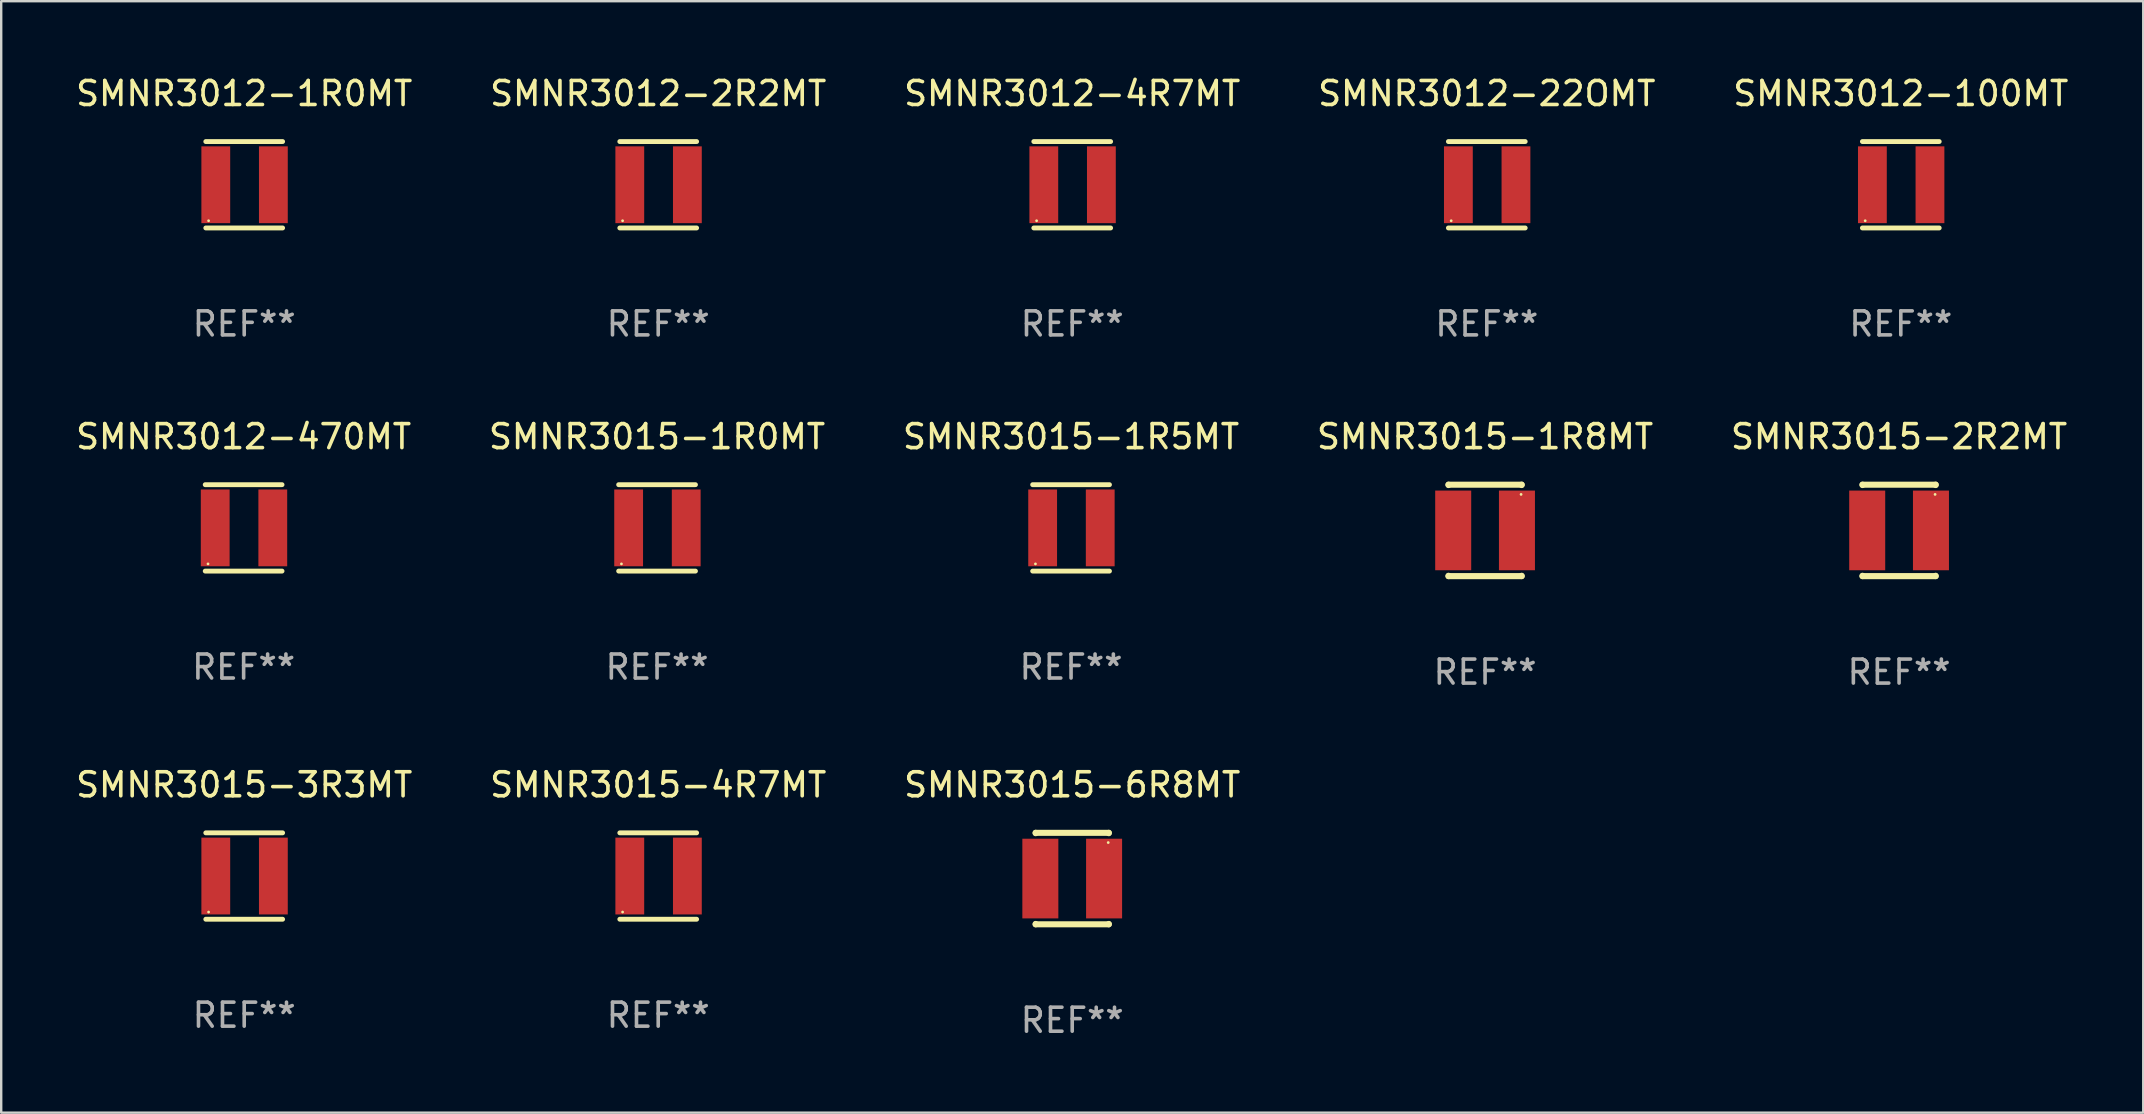
<source format=kicad_pcb>
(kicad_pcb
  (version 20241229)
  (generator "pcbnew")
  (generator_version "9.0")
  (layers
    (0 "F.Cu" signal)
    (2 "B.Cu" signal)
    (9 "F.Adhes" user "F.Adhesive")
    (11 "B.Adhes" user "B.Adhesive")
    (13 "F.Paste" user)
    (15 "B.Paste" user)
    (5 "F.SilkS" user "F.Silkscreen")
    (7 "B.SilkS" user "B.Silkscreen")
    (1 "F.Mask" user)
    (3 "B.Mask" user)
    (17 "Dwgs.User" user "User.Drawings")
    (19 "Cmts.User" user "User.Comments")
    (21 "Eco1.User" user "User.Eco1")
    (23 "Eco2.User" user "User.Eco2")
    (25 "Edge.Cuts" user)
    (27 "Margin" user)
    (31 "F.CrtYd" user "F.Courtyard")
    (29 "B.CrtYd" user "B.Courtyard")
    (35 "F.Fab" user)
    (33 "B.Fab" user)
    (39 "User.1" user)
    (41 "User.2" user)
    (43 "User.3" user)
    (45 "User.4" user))
  (footprint "SMNR3012-4R7MT"
    (layer "F.Cu")
    (at 41.625 4.648)
    (property "Reference" "SMNR3012-4R7MT" (at 0 -3.8 0) (layer "F.SilkS") (effects (font (size 1 1) (thickness 0.15))))
    (attr through_hole)
    (fp_line (start -1.6 -1.8) (end 1.6 -1.8) (stroke (width 0.203) (type solid)) (layer "F.SilkS"))
    (fp_line (start -1.6 1.8) (end 1.6 1.8) (stroke (width 0.203) (type solid)) (layer "F.SilkS"))
    (fp_circle (center -1.484 1.5) (end -1.454 1.5) (stroke (width 0.06) (type solid)) (fill no) (layer "F.SilkS"))
    (fp_text user "REF**" (at 0 5.8 0) (layer "F.Fab") (effects (font (size 1 1) (thickness 0.15))))
    (pad "1" smd rect (at -1.184 0 180) (size 1.2 3.2) (layers "F.Cu" "F.Mask" "F.Paste"))
    (pad "2" smd rect (at 1.215 0 180) (size 1.2 3.2) (layers "F.Cu" "F.Mask" "F.Paste")))
  (footprint "SMNR3012-22OMT"
    (layer "F.Cu")
    (at 58.899 4.648)
    (property "Reference" "SMNR3012-22OMT" (at 0 -3.8 0) (layer "F.SilkS") (effects (font (size 1 1) (thickness 0.15))))
    (attr through_hole)
    (fp_line (start -1.6 -1.8) (end 1.6 -1.8) (stroke (width 0.203) (type solid)) (layer "F.SilkS"))
    (fp_line (start -1.6 1.8) (end 1.6 1.8) (stroke (width 0.203) (type solid)) (layer "F.SilkS"))
    (fp_circle (center -1.484 1.5) (end -1.454 1.5) (stroke (width 0.06) (type solid)) (fill no) (layer "F.SilkS"))
    (fp_text user "REF**" (at 0 5.8 0) (layer "F.Fab") (effects (font (size 1 1) (thickness 0.15))))
    (pad "1" smd rect (at -1.184 0 180) (size 1.2 3.2) (layers "F.Cu" "F.Mask" "F.Paste"))
    (pad "2" smd rect (at 1.215 0 180) (size 1.2 3.2) (layers "F.Cu" "F.Mask" "F.Paste")))
  (footprint "SMNR3015-3R3MT"
    (layer "F.Cu")
    (at 7.125 33.451)
    (property "Reference" "SMNR3015-3R3MT" (at 0 -3.8 0) (layer "F.SilkS") (effects (font (size 1 1) (thickness 0.15))))
    (attr through_hole)
    (fp_line (start -1.6 -1.8) (end 1.6 -1.8) (stroke (width 0.203) (type solid)) (layer "F.SilkS"))
    (fp_line (start -1.6 1.8) (end 1.6 1.8) (stroke (width 0.203) (type solid)) (layer "F.SilkS"))
    (fp_circle (center -1.484 1.5) (end -1.454 1.5) (stroke (width 0.06) (type solid)) (fill no) (layer "F.SilkS"))
    (fp_text user "REF**" (at 0 5.8 0) (layer "F.Fab") (effects (font (size 1 1) (thickness 0.15))))
    (pad "1" smd rect (at -1.184 0) (size 1.2 3.2) (layers "F.Cu" "F.Mask" "F.Paste"))
    (pad "2" smd rect (at 1.215 0) (size 1.2 3.2) (layers "F.Cu" "F.Mask" "F.Paste")))
  (footprint "SMNR3015-2R2MT"
    (layer "F.Cu")
    (at 76.077 19.05)
    (property "Reference" "SMNR3015-2R2MT" (at 0 -3.905 0) (layer "F.SilkS") (effects (font (size 1 1) (thickness 0.15))))
    (attr through_hole)
    (fp_line (start -1.524 -1.905) (end 1.524 -1.905) (stroke (width 0.254) (type solid)) (layer "F.SilkS"))
    (fp_line (start -1.524 -1.891) (end -1.524 -1.905) (stroke (width 0.254) (type solid)) (layer "F.SilkS"))
    (fp_line (start -1.524 1.905) (end -1.524 1.891) (stroke (width 0.254) (type solid)) (layer "F.SilkS"))
    (fp_line (start -1.524 1.905) (end 1.524 1.905) (stroke (width 0.254) (type solid)) (layer "F.SilkS"))
    (fp_line (start 1.524 -1.905) (end 1.524 -1.891) (stroke (width 0.254) (type solid)) (layer "F.SilkS"))
    (fp_line (start 1.524 1.891) (end 1.524 1.905) (stroke (width 0.254) (type solid)) (layer "F.SilkS"))
    (fp_circle (center 1.5 -1.5) (end 1.53 -1.5) (stroke (width 0.06) (type solid)) (fill no) (layer "F.SilkS"))
    (fp_text user "REF**" (at 0 5.905 0) (layer "F.Fab") (effects (font (size 1 1) (thickness 0.15))))
    (pad "1" smd rect (at 1.328 0) (size 1.5 3.32) (layers "F.Cu" "F.Mask" "F.Paste"))
    (pad "2" smd rect (at -1.328 0) (size 1.5 3.32) (layers "F.Cu" "F.Mask" "F.Paste")))
  (footprint "SMNR3015-6R8MT"
    (layer "F.Cu")
    (at 41.625 33.556)
    (property "Reference" "SMNR3015-6R8MT" (at 0 -3.905 0) (layer "F.SilkS") (effects (font (size 1 1) (thickness 0.15))))
    (attr through_hole)
    (fp_line (start -1.524 -1.905) (end 1.524 -1.905) (stroke (width 0.254) (type solid)) (layer "F.SilkS"))
    (fp_line (start -1.524 -1.891) (end -1.524 -1.905) (stroke (width 0.254) (type solid)) (layer "F.SilkS"))
    (fp_line (start -1.524 1.905) (end -1.524 1.891) (stroke (width 0.254) (type solid)) (layer "F.SilkS"))
    (fp_line (start -1.524 1.905) (end 1.524 1.905) (stroke (width 0.254) (type solid)) (layer "F.SilkS"))
    (fp_line (start 1.524 -1.905) (end 1.524 -1.891) (stroke (width 0.254) (type solid)) (layer "F.SilkS"))
    (fp_line (start 1.524 1.891) (end 1.524 1.905) (stroke (width 0.254) (type solid)) (layer "F.SilkS"))
    (fp_circle (center 1.5 -1.5) (end 1.53 -1.5) (stroke (width 0.06) (type solid)) (fill no) (layer "F.SilkS"))
    (fp_text user "REF**" (at 0 5.905 0) (layer "F.Fab") (effects (font (size 1 1) (thickness 0.15))))
    (pad "1" smd rect (at 1.328 0) (size 1.5 3.32) (layers "F.Cu" "F.Mask" "F.Paste"))
    (pad "2" smd rect (at -1.328 0) (size 1.5 3.32) (layers "F.Cu" "F.Mask" "F.Paste")))
  (footprint "SMNR3015-1R8MT"
    (layer "F.Cu")
    (at 58.827 19.05)
    (property "Reference" "SMNR3015-1R8MT" (at 0 -3.905 0) (layer "F.SilkS") (effects (font (size 1 1) (thickness 0.15))))
    (attr through_hole)
    (fp_line (start -1.524 -1.905) (end 1.524 -1.905) (stroke (width 0.254) (type solid)) (layer "F.SilkS"))
    (fp_line (start -1.524 -1.891) (end -1.524 -1.905) (stroke (width 0.254) (type solid)) (layer "F.SilkS"))
    (fp_line (start -1.524 1.905) (end -1.524 1.891) (stroke (width 0.254) (type solid)) (layer "F.SilkS"))
    (fp_line (start -1.524 1.905) (end 1.524 1.905) (stroke (width 0.254) (type solid)) (layer "F.SilkS"))
    (fp_line (start 1.524 -1.905) (end 1.524 -1.891) (stroke (width 0.254) (type solid)) (layer "F.SilkS"))
    (fp_line (start 1.524 1.891) (end 1.524 1.905) (stroke (width 0.254) (type solid)) (layer "F.SilkS"))
    (fp_circle (center 1.5 -1.5) (end 1.53 -1.5) (stroke (width 0.06) (type solid)) (fill no) (layer "F.SilkS"))
    (fp_text user "REF**" (at 0 5.905 0) (layer "F.Fab") (effects (font (size 1 1) (thickness 0.15))))
    (pad "1" smd rect (at 1.328 0) (size 1.5 3.32) (layers "F.Cu" "F.Mask" "F.Paste"))
    (pad "2" smd rect (at -1.328 0) (size 1.5 3.32) (layers "F.Cu" "F.Mask" "F.Paste")))
  (footprint "SMNR3012-1R0MT"
    (layer "F.Cu")
    (at 7.125 4.648)
    (property "Reference" "SMNR3012-1R0MT" (at 0 -3.8 0) (layer "F.SilkS") (effects (font (size 1 1) (thickness 0.15))))
    (attr through_hole)
    (fp_line (start -1.6 -1.8) (end 1.6 -1.8) (stroke (width 0.203) (type solid)) (layer "F.SilkS"))
    (fp_line (start -1.6 1.8) (end 1.6 1.8) (stroke (width 0.203) (type solid)) (layer "F.SilkS"))
    (fp_circle (center -1.484 1.5) (end -1.454 1.5) (stroke (width 0.06) (type solid)) (fill no) (layer "F.SilkS"))
    (fp_text user "REF**" (at 0 5.8 0) (layer "F.Fab") (effects (font (size 1 1) (thickness 0.15))))
    (pad "1" smd rect (at -1.184 0 180) (size 1.2 3.2) (layers "F.Cu" "F.Mask" "F.Paste"))
    (pad "2" smd rect (at 1.215 0 180) (size 1.2 3.2) (layers "F.Cu" "F.Mask" "F.Paste")))
  (footprint "SMNR3012-2R2MT"
    (layer "F.Cu")
    (at 24.375 4.648)
    (property "Reference" "SMNR3012-2R2MT" (at 0 -3.8 0) (layer "F.SilkS") (effects (font (size 1 1) (thickness 0.15))))
    (attr through_hole)
    (fp_line (start -1.6 -1.8) (end 1.6 -1.8) (stroke (width 0.203) (type solid)) (layer "F.SilkS"))
    (fp_line (start -1.6 1.8) (end 1.6 1.8) (stroke (width 0.203) (type solid)) (layer "F.SilkS"))
    (fp_circle (center -1.484 1.5) (end -1.454 1.5) (stroke (width 0.06) (type solid)) (fill no) (layer "F.SilkS"))
    (fp_text user "REF**" (at 0 5.8 0) (layer "F.Fab") (effects (font (size 1 1) (thickness 0.15))))
    (pad "1" smd rect (at -1.184 0 180) (size 1.2 3.2) (layers "F.Cu" "F.Mask" "F.Paste"))
    (pad "2" smd rect (at 1.215 0 180) (size 1.2 3.2) (layers "F.Cu" "F.Mask" "F.Paste")))
  (footprint "SMNR3012-470MT"
    (layer "F.Cu")
    (at 7.101 18.945)
    (property "Reference" "SMNR3012-470MT" (at 0 -3.8 0) (layer "F.SilkS") (effects (font (size 1 1) (thickness 0.15))))
    (attr through_hole)
    (fp_line (start -1.6 -1.8) (end 1.6 -1.8) (stroke (width 0.203) (type solid)) (layer "F.SilkS"))
    (fp_line (start -1.6 1.8) (end 1.6 1.8) (stroke (width 0.203) (type solid)) (layer "F.SilkS"))
    (fp_circle (center -1.484 1.5) (end -1.454 1.5) (stroke (width 0.06) (type solid)) (fill no) (layer "F.SilkS"))
    (fp_text user "REF**" (at 0 5.8 0) (layer "F.Fab") (effects (font (size 1 1) (thickness 0.15))))
    (pad "1" smd rect (at -1.184 0 180) (size 1.2 3.2) (layers "F.Cu" "F.Mask" "F.Paste"))
    (pad "2" smd rect (at 1.215 0 180) (size 1.2 3.2) (layers "F.Cu" "F.Mask" "F.Paste")))
  (footprint "SMNR3015-4R7MT"
    (layer "F.Cu")
    (at 24.375 33.451)
    (property "Reference" "SMNR3015-4R7MT" (at 0 -3.8 0) (layer "F.SilkS") (effects (font (size 1 1) (thickness 0.15))))
    (attr through_hole)
    (fp_line (start -1.6 -1.8) (end 1.6 -1.8) (stroke (width 0.203) (type solid)) (layer "F.SilkS"))
    (fp_line (start -1.6 1.8) (end 1.6 1.8) (stroke (width 0.203) (type solid)) (layer "F.SilkS"))
    (fp_circle (center -1.484 1.5) (end -1.454 1.5) (stroke (width 0.06) (type solid)) (fill no) (layer "F.SilkS"))
    (fp_text user "REF**" (at 0 5.8 0) (layer "F.Fab") (effects (font (size 1 1) (thickness 0.15))))
    (pad "1" smd rect (at -1.184 0) (size 1.2 3.2) (layers "F.Cu" "F.Mask" "F.Paste"))
    (pad "2" smd rect (at 1.215 0) (size 1.2 3.2) (layers "F.Cu" "F.Mask" "F.Paste")))
  (footprint "SMNR3015-1R0MT"
    (layer "F.Cu")
    (at 24.327 18.945)
    (property "Reference" "SMNR3015-1R0MT" (at 0 -3.8 0) (layer "F.SilkS") (effects (font (size 1 1) (thickness 0.15))))
    (attr through_hole)
    (fp_line (start -1.6 -1.8) (end 1.6 -1.8) (stroke (width 0.203) (type solid)) (layer "F.SilkS"))
    (fp_line (start -1.6 1.8) (end 1.6 1.8) (stroke (width 0.203) (type solid)) (layer "F.SilkS"))
    (fp_circle (center -1.484 1.5) (end -1.454 1.5) (stroke (width 0.06) (type solid)) (fill no) (layer "F.SilkS"))
    (fp_text user "REF**" (at 0 5.8 0) (layer "F.Fab") (effects (font (size 1 1) (thickness 0.15))))
    (pad "1" smd rect (at -1.184 0) (size 1.2 3.2) (layers "F.Cu" "F.Mask" "F.Paste"))
    (pad "2" smd rect (at 1.215 0) (size 1.2 3.2) (layers "F.Cu" "F.Mask" "F.Paste")))
  (footprint "SMNR3012-100MT"
    (layer "F.Cu")
    (at 76.149 4.648)
    (property "Reference" "SMNR3012-100MT" (at 0 -3.8 0) (layer "F.SilkS") (effects (font (size 1 1) (thickness 0.15))))
    (attr through_hole)
    (fp_line (start -1.6 -1.8) (end 1.6 -1.8) (stroke (width 0.203) (type solid)) (layer "F.SilkS"))
    (fp_line (start -1.6 1.8) (end 1.6 1.8) (stroke (width 0.203) (type solid)) (layer "F.SilkS"))
    (fp_circle (center -1.484 1.5) (end -1.454 1.5) (stroke (width 0.06) (type solid)) (fill no) (layer "F.SilkS"))
    (fp_text user "REF**" (at 0 5.8 0) (layer "F.Fab") (effects (font (size 1 1) (thickness 0.15))))
    (pad "1" smd rect (at -1.184 0 180) (size 1.2 3.2) (layers "F.Cu" "F.Mask" "F.Paste"))
    (pad "2" smd rect (at 1.215 0 180) (size 1.2 3.2) (layers "F.Cu" "F.Mask" "F.Paste")))
  (footprint "SMNR3015-1R5MT"
    (layer "F.Cu")
    (at 41.577 18.945)
    (property "Reference" "SMNR3015-1R5MT" (at 0 -3.8 0) (layer "F.SilkS") (effects (font (size 1 1) (thickness 0.15))))
    (attr through_hole)
    (fp_line (start -1.6 -1.8) (end 1.6 -1.8) (stroke (width 0.203) (type solid)) (layer "F.SilkS"))
    (fp_line (start -1.6 1.8) (end 1.6 1.8) (stroke (width 0.203) (type solid)) (layer "F.SilkS"))
    (fp_circle (center -1.484 1.5) (end -1.454 1.5) (stroke (width 0.06) (type solid)) (fill no) (layer "F.SilkS"))
    (fp_text user "REF**" (at 0 5.8 0) (layer "F.Fab") (effects (font (size 1 1) (thickness 0.15))))
    (pad "1" smd rect (at -1.184 0) (size 1.2 3.2) (layers "F.Cu" "F.Mask" "F.Paste"))
    (pad "2" smd rect (at 1.215 0) (size 1.2 3.2) (layers "F.Cu" "F.Mask" "F.Paste")))
  (gr_rect
    (start -3 -3)
    (end 86.25 43.31)
    (stroke (width 0.1) (type default))
    (fill no)
    (layer "Edge.Cuts")))
</source>
